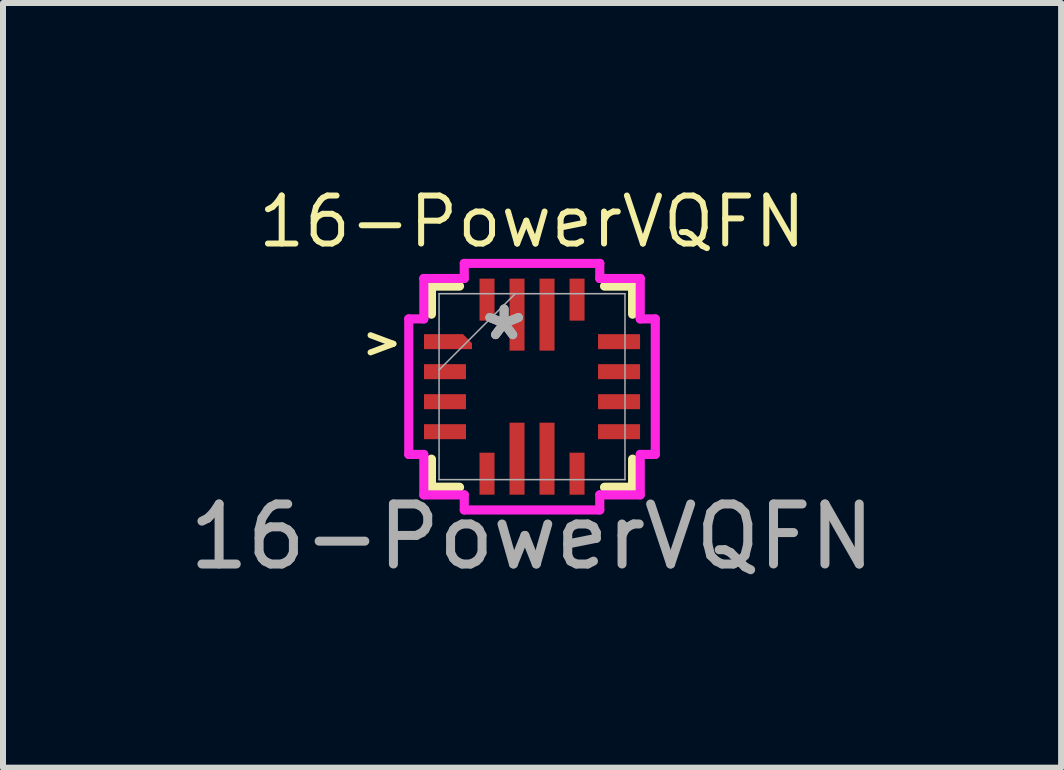
<source format=kicad_pcb>
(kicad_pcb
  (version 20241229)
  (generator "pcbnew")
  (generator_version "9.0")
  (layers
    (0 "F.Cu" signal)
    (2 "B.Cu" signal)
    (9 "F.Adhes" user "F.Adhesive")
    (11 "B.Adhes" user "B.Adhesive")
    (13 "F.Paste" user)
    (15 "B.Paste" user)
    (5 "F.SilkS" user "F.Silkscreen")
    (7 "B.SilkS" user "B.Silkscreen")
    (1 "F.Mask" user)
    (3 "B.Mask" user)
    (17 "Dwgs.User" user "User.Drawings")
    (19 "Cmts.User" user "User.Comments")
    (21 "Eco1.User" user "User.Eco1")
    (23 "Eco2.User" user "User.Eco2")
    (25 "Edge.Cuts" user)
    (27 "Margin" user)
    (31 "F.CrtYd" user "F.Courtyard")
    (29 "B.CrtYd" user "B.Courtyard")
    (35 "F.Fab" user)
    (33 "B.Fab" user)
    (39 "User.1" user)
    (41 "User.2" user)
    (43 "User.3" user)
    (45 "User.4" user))
  (footprint "16-PowerVQFN"
    (layer "F.Cu")
    (at 5.815 3.393)
    (property "Reference" "16-PowerVQFN" (at 0 -2.75 0) (unlocked yes) (layer "F.SilkS") (effects (font (size 0.8 0.8) (thickness 0.1))))
    (attr smd)
    (fp_poly (pts (xy -1.8 -0.875) (xy -1.8 -0.625) (xy -1 -0.625) (xy -1 -0.725) (xy -1.15 -0.875)) (stroke (width 0) (type solid)) (fill yes) (layer "F.Cu"))
    (fp_poly (pts (xy -1.8 -0.875) (xy -1.8 -0.625) (xy -1 -0.625) (xy -1 -0.725) (xy -1.15 -0.875)) (stroke (width 0) (type solid)) (fill yes) (layer "F.Mask"))
    (fp_line (start -1.676 -1.676) (end -1.676 -1.208) (stroke (width 0.152) (type solid)) (layer "F.SilkS"))
    (fp_line (start -1.676 1.208) (end -1.676 1.676) (stroke (width 0.152) (type solid)) (layer "F.SilkS"))
    (fp_line (start -1.676 1.676) (end -1.208 1.676) (stroke (width 0.152) (type solid)) (layer "F.SilkS"))
    (fp_line (start -1.208 -1.676) (end -1.676 -1.676) (stroke (width 0.152) (type solid)) (layer "F.SilkS"))
    (fp_line (start 1.208 1.676) (end 1.676 1.676) (stroke (width 0.152) (type solid)) (layer "F.SilkS"))
    (fp_line (start 1.676 -1.676) (end 1.208 -1.676) (stroke (width 0.152) (type solid)) (layer "F.SilkS"))
    (fp_line (start 1.676 -1.208) (end 1.676 -1.676) (stroke (width 0.152) (type solid)) (layer "F.SilkS"))
    (fp_line (start 1.676 1.676) (end 1.676 1.208) (stroke (width 0.152) (type solid)) (layer "F.SilkS"))
    (fp_poly (pts (xy -1.8 -0.875) (xy -1.8 -0.625) (xy -1 -0.625) (xy -1 -0.725) (xy -1.15 -0.875)) (stroke (width 0) (type solid)) (fill yes) (layer "F.Paste"))
    (fp_line (start -2.054 -1.129) (end -1.803 -1.129) (stroke (width 0.152) (type solid)) (layer "F.CrtYd"))
    (fp_line (start -2.054 1.129) (end -2.054 -1.129) (stroke (width 0.152) (type solid)) (layer "F.CrtYd"))
    (fp_line (start -1.803 -1.803) (end -1.129 -1.803) (stroke (width 0.152) (type solid)) (layer "F.CrtYd"))
    (fp_line (start -1.803 -1.129) (end -1.803 -1.803) (stroke (width 0.152) (type solid)) (layer "F.CrtYd"))
    (fp_line (start -1.803 1.129) (end -2.054 1.129) (stroke (width 0.152) (type solid)) (layer "F.CrtYd"))
    (fp_line (start -1.803 1.803) (end -1.803 1.129) (stroke (width 0.152) (type solid)) (layer "F.CrtYd"))
    (fp_line (start -1.129 -2.054) (end 1.129 -2.054) (stroke (width 0.152) (type solid)) (layer "F.CrtYd"))
    (fp_line (start -1.129 -1.803) (end -1.129 -2.054) (stroke (width 0.152) (type solid)) (layer "F.CrtYd"))
    (fp_line (start -1.129 1.803) (end -1.803 1.803) (stroke (width 0.152) (type solid)) (layer "F.CrtYd"))
    (fp_line (start -1.129 2.054) (end -1.129 1.803) (stroke (width 0.152) (type solid)) (layer "F.CrtYd"))
    (fp_line (start 1.129 -2.054) (end 1.129 -1.803) (stroke (width 0.152) (type solid)) (layer "F.CrtYd"))
    (fp_line (start 1.129 -1.803) (end 1.803 -1.803) (stroke (width 0.152) (type solid)) (layer "F.CrtYd"))
    (fp_line (start 1.129 1.803) (end 1.129 2.054) (stroke (width 0.152) (type solid)) (layer "F.CrtYd"))
    (fp_line (start 1.129 2.054) (end -1.129 2.054) (stroke (width 0.152) (type solid)) (layer "F.CrtYd"))
    (fp_line (start 1.803 -1.803) (end 1.803 -1.129) (stroke (width 0.152) (type solid)) (layer "F.CrtYd"))
    (fp_line (start 1.803 -1.129) (end 2.054 -1.129) (stroke (width 0.152) (type solid)) (layer "F.CrtYd"))
    (fp_line (start 1.803 1.129) (end 1.803 1.803) (stroke (width 0.152) (type solid)) (layer "F.CrtYd"))
    (fp_line (start 1.803 1.803) (end 1.129 1.803) (stroke (width 0.152) (type solid)) (layer "F.CrtYd"))
    (fp_line (start 2.054 -1.129) (end 2.054 1.129) (stroke (width 0.152) (type solid)) (layer "F.CrtYd"))
    (fp_line (start 2.054 1.129) (end 1.803 1.129) (stroke (width 0.152) (type solid)) (layer "F.CrtYd"))
    (fp_line (start -1.549 -1.549) (end -1.549 1.549) (stroke (width 0.025) (type solid)) (layer "F.Fab"))
    (fp_line (start -1.549 -0.279) (end -0.279 -1.549) (stroke (width 0.025) (type solid)) (layer "F.Fab"))
    (fp_line (start -1.549 1.549) (end 1.549 1.549) (stroke (width 0.025) (type solid)) (layer "F.Fab"))
    (fp_line (start 1.549 -1.549) (end -1.549 -1.549) (stroke (width 0.025) (type solid)) (layer "F.Fab"))
    (fp_line (start 1.549 1.549) (end 1.549 -1.549) (stroke (width 0.025) (type solid)) (layer "F.Fab"))
    (fp_text user ">" (at -2.5 -0.75 0) (unlocked yes) (layer "F.SilkS") (effects (font (size 0.5 0.5) (thickness 0.1) (bold yes))))
    (fp_text user "*" (at -0.465 -0.75 0) (unlocked yes) (layer "F.Fab") (effects (font (size 1 1) (thickness 0.15))))
    (fp_text user "*" (at -0.465 -0.75 0) (layer "F.Fab") (effects (font (size 1 1) (thickness 0.15))))
    (fp_text user "${REFERENCE}" (at 0 2.5 0) (unlocked yes) (layer "F.Fab") (effects (font (size 1 1) (thickness 0.15))))
    (pad "1" smd rect (at -1.4 -0.75) (size 0.127 0.127) (layers "F.Cu" "F.Mask" "F.Paste"))
    (pad "2" smd rect (at -1.45 -0.25) (size 0.7 0.25) (layers "F.Cu" "F.Mask" "F.Paste"))
    (pad "3" smd rect (at -1.45 0.25) (size 0.7 0.25) (layers "F.Cu" "F.Mask" "F.Paste"))
    (pad "4" smd rect (at -1.45 0.75) (size 0.7 0.25) (layers "F.Cu" "F.Mask" "F.Paste"))
    (pad "5" smd rect (at -0.75 1.45 90) (size 0.7 0.25) (layers "F.Cu" "F.Mask" "F.Paste"))
    (pad "6" smd rect (at -0.25 1.2 90) (size 1.2 0.25) (layers "F.Cu" "F.Mask" "F.Paste"))
    (pad "7" smd rect (at 0.25 1.2 90) (size 1.2 0.25) (layers "F.Cu" "F.Mask" "F.Paste"))
    (pad "8" smd rect (at 0.75 1.45 90) (size 0.7 0.25) (layers "F.Cu" "F.Mask" "F.Paste"))
    (pad "9" smd rect (at 1.45 0.75) (size 0.7 0.25) (layers "F.Cu" "F.Mask" "F.Paste"))
    (pad "10" smd rect (at 1.45 0.25) (size 0.7 0.25) (layers "F.Cu" "F.Mask" "F.Paste"))
    (pad "11" smd rect (at 1.45 -0.25) (size 0.7 0.25) (layers "F.Cu" "F.Mask" "F.Paste"))
    (pad "12" smd rect (at 1.45 -0.75) (size 0.7 0.25) (layers "F.Cu" "F.Mask" "F.Paste"))
    (pad "13" smd rect (at 0.75 -1.45 90) (size 0.7 0.25) (layers "F.Cu" "F.Mask" "F.Paste"))
    (pad "14" smd rect (at 0.25 -1.2 90) (size 1.2 0.25) (layers "F.Cu" "F.Mask" "F.Paste"))
    (pad "15" smd rect (at -0.25 -1.2 90) (size 1.2 0.25) (layers "F.Cu" "F.Mask" "F.Paste"))
    (pad "16" smd rect (at -0.75 -1.45 90) (size 0.7 0.25) (layers "F.Cu" "F.Mask" "F.Paste")))
  (gr_rect
    (start -3 -3)
    (end 14.631 9.742)
    (stroke (width 0.1) (type default))
    (fill no)
    (layer "Edge.Cuts")))
</source>
